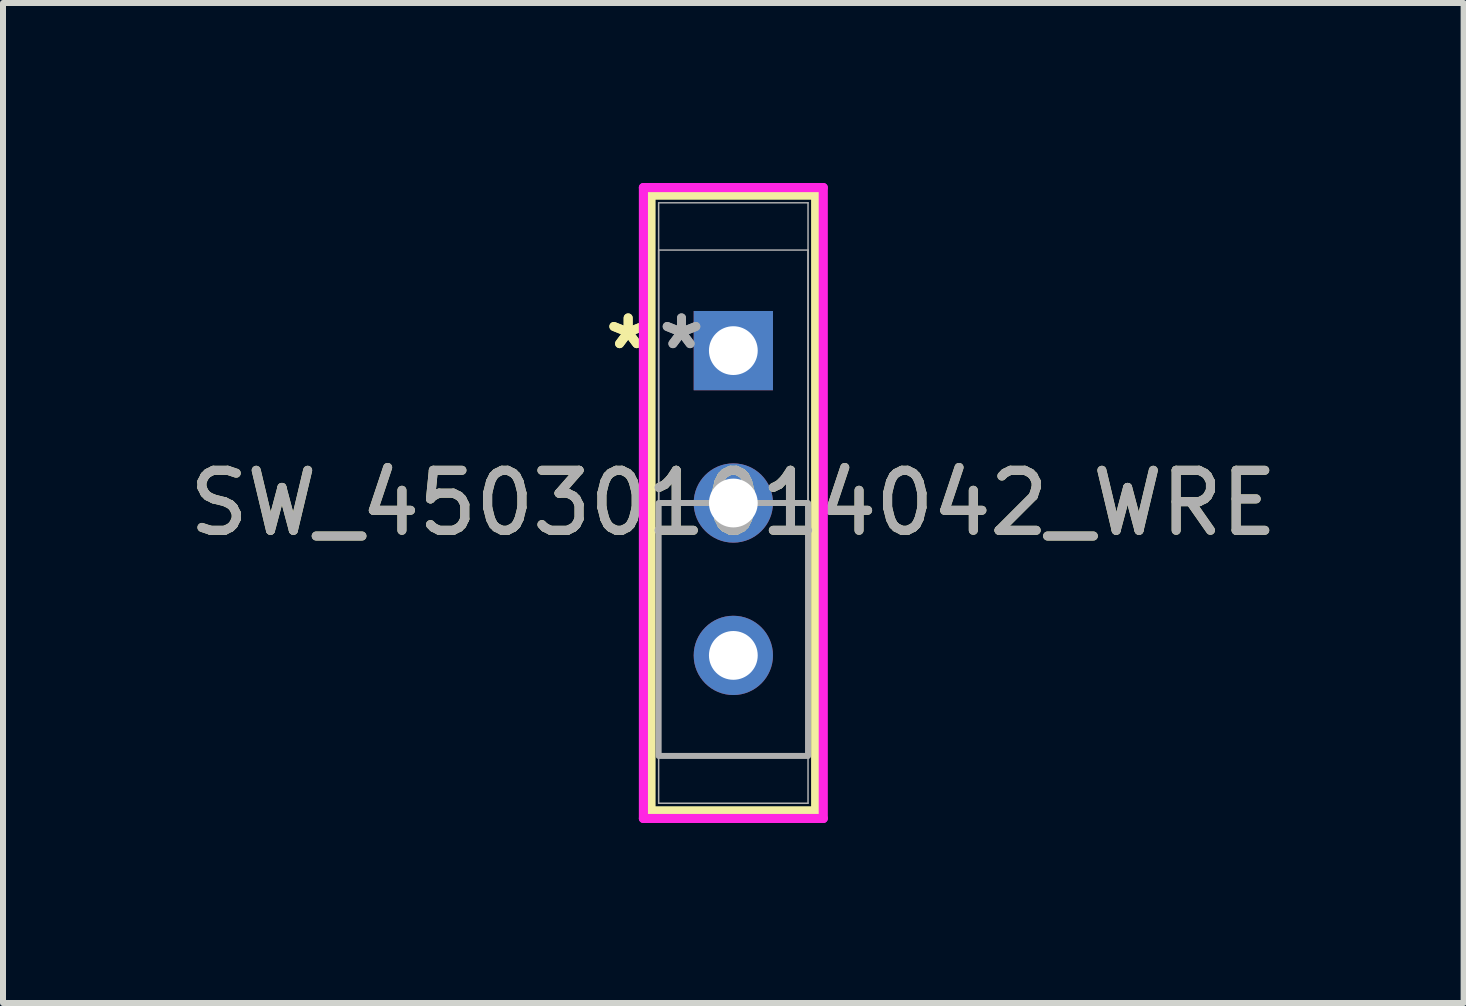
<source format=kicad_pcb>
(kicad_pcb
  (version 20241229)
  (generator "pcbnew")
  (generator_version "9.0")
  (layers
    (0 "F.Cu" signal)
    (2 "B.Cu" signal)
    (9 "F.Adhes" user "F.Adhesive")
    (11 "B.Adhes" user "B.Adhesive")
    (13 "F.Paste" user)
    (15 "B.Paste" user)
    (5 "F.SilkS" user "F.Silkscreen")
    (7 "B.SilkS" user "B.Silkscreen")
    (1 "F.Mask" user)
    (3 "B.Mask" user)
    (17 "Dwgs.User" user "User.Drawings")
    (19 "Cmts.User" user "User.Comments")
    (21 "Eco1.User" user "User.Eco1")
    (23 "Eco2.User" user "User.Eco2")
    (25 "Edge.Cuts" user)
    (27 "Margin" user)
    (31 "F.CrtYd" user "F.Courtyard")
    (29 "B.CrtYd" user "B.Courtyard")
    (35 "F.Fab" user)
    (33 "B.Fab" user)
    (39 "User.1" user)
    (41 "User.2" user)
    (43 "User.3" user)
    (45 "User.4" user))
  (footprint "SW_450301014042_WRE"
    (layer "F.Cu")
    (at 9.173 2.794)
    (property "Reference" "SW_450301014042_WRE" (at 0 2.54 0) (unlocked yes) (layer "F.SilkS") (effects (font (size 1 1) (thickness 0.15))))
    (attr through_hole)
    (fp_line (start -1.372 -2.591) (end -1.372 7.671) (stroke (width 0.152) (type solid)) (layer "F.SilkS"))
    (fp_line (start -1.372 7.671) (end 1.372 7.671) (stroke (width 0.152) (type solid)) (layer "F.SilkS"))
    (fp_line (start 1.372 -2.591) (end -1.372 -2.591) (stroke (width 0.152) (type solid)) (layer "F.SilkS"))
    (fp_line (start 1.372 7.671) (end 1.372 -2.591) (stroke (width 0.152) (type solid)) (layer "F.SilkS"))
    (fp_line (start -1.499 -2.718) (end -1.499 7.798) (stroke (width 0.152) (type solid)) (layer "F.CrtYd"))
    (fp_line (start -1.499 7.798) (end 1.499 7.798) (stroke (width 0.152) (type solid)) (layer "F.CrtYd"))
    (fp_line (start 1.499 -2.718) (end -1.499 -2.718) (stroke (width 0.152) (type solid)) (layer "F.CrtYd"))
    (fp_line (start 1.499 7.798) (end 1.499 -2.718) (stroke (width 0.152) (type solid)) (layer "F.CrtYd"))
    (fp_line (start -1.245 -2.464) (end -1.245 7.544) (stroke (width 0.025) (type solid)) (layer "F.Fab"))
    (fp_line (start -1.245 -1.676) (end 1.245 -1.676) (stroke (width 0.025) (type solid)) (layer "F.Fab"))
    (fp_line (start -1.245 6.756) (end -1.245 -1.676) (stroke (width 0.025) (type solid)) (layer "F.Fab"))
    (fp_line (start -1.245 7.544) (end 1.245 7.544) (stroke (width 0.025) (type solid)) (layer "F.Fab"))
    (fp_line (start 1.245 -2.464) (end -1.245 -2.464) (stroke (width 0.025) (type solid)) (layer "F.Fab"))
    (fp_line (start 1.245 -1.676) (end 1.245 6.756) (stroke (width 0.025) (type solid)) (layer "F.Fab"))
    (fp_line (start 1.245 6.756) (end -1.245 6.756) (stroke (width 0.025) (type solid)) (layer "F.Fab"))
    (fp_line (start 1.245 7.544) (end 1.245 -2.464) (stroke (width 0.025) (type solid)) (layer "F.Fab"))
    (fp_poly (pts (xy -1.245 6.756) (xy -1.245 2.54) (xy 1.245 2.54) (xy 1.245 6.756)) (stroke (width 0.1) (type solid)) (fill no) (layer "F.Fab"))
    (fp_text user "*" (at -1.753 0 0) (layer "F.SilkS") (effects (font (size 1 1) (thickness 0.15))))
    (fp_text user "*" (at -1.753 0 0) (unlocked yes) (layer "F.SilkS") (effects (font (size 1 1) (thickness 0.15))))
    (fp_text user "*" (at -0.864 0 0) (layer "F.Fab") (effects (font (size 1 1) (thickness 0.15))))
    (fp_text user "*" (at -0.864 0 0) (unlocked yes) (layer "F.Fab") (effects (font (size 1 1) (thickness 0.15))))
    (fp_text user "${REFERENCE}" (at 0 2.54 0) (unlocked yes) (layer "F.Fab") (effects (font (size 1 1) (thickness 0.15))))
    (pad "1" thru_hole rect (at 0 0) (size 1.321 1.321) (drill 0.813) (layers "*.Cu" "*.Mask"))
    (pad "2" thru_hole circle (at 0 2.54) (size 1.321 1.321) (drill 0.813) (layers "*.Cu" "*.Mask"))
    (pad "3" thru_hole circle (at 0 5.08) (size 1.321 1.321) (drill 0.813) (layers "*.Cu" "*.Mask")))
  (gr_rect
    (start -3 -3)
    (end 21.345 13.668)
    (stroke (width 0.1) (type default))
    (fill no)
    (layer "Edge.Cuts")))
</source>
